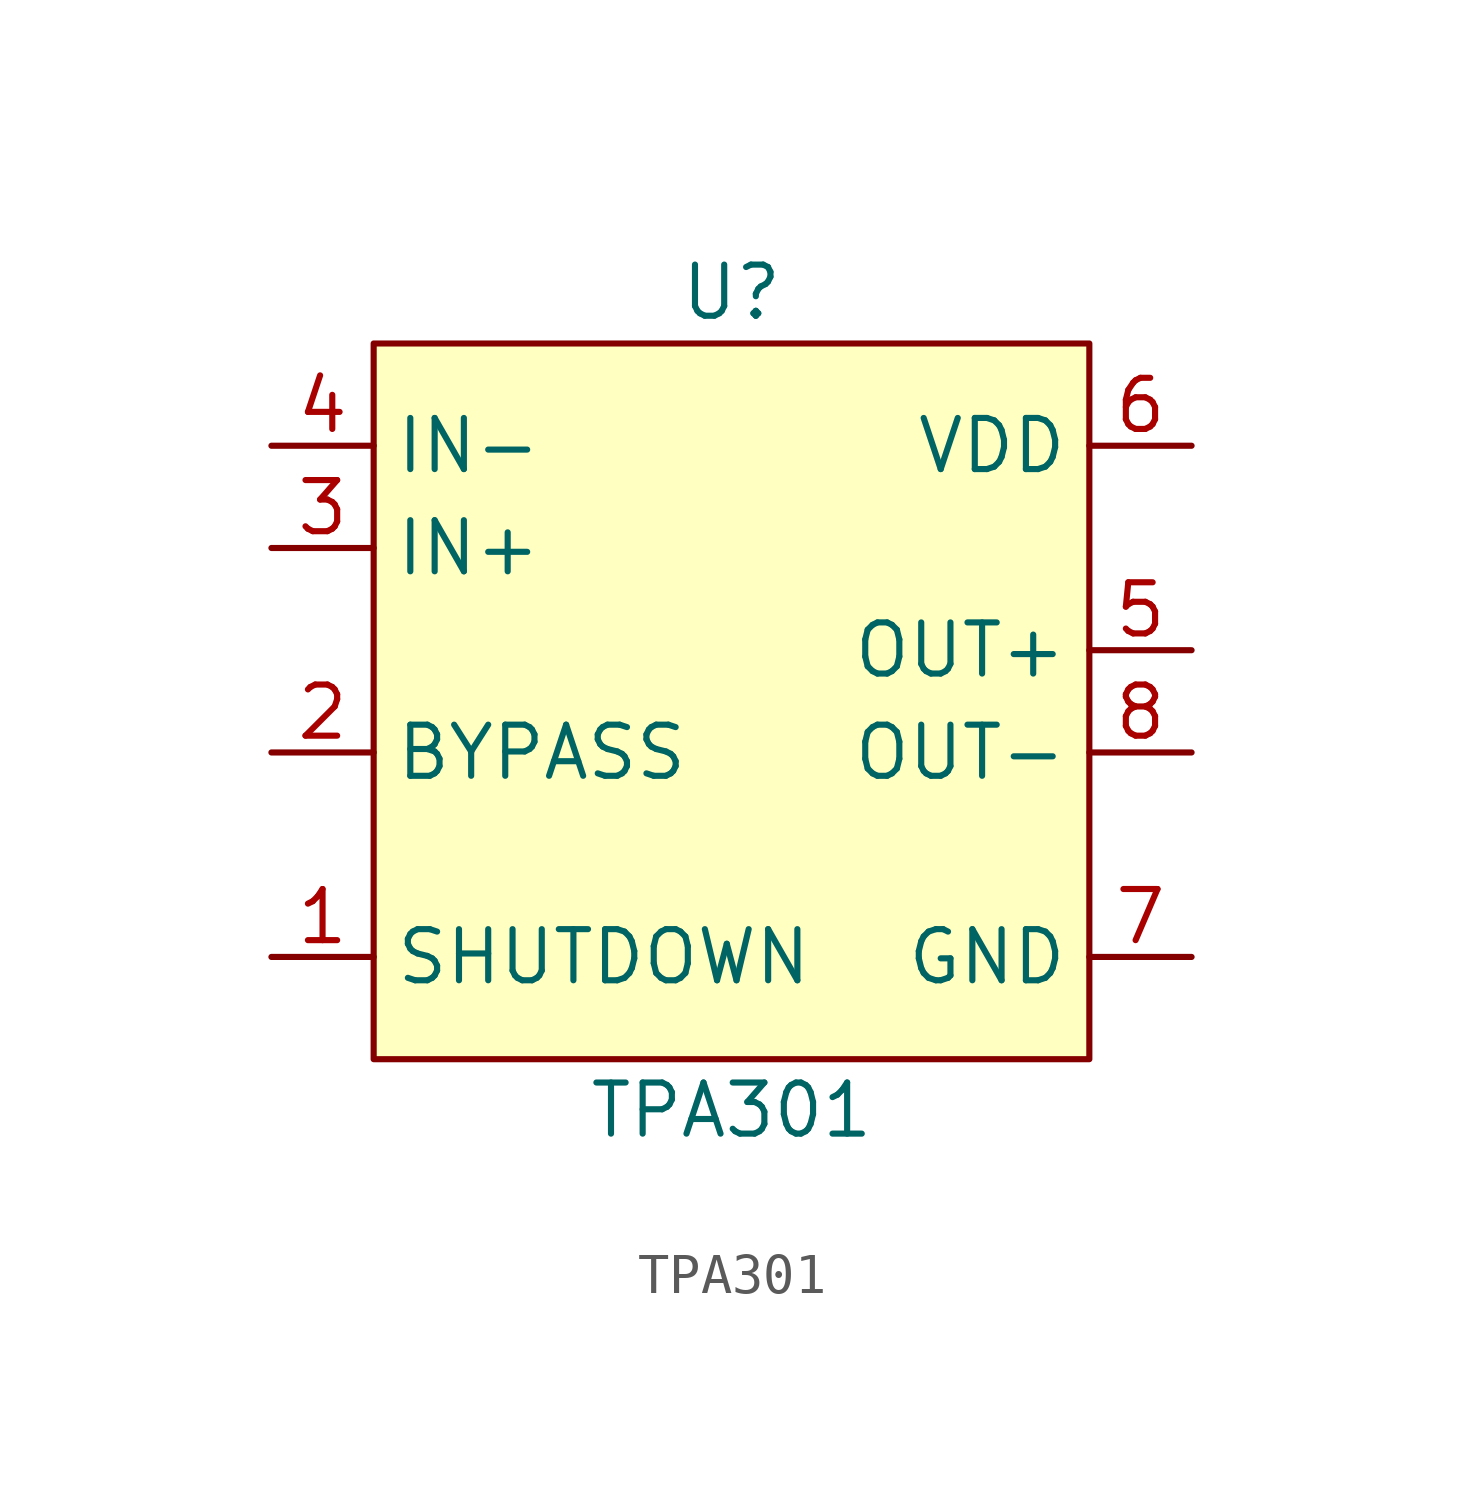
<source format=kicad_sym>
(kicad_symbol_lib
  (version 20220914)
  (generator kicad_symbol_editor)
  (symbol "TPA301"
    (property "Reference" "U"
      (at 0 10.16 0)
      (effects (font (size 1.27 1.27))))
    (property "Value" "TPA301"
      (at 0 -10.16 0)
      (effects (font (size 1.27 1.27))))
    (symbol "TPA301_0_0"
      (pin input line (at -11.43 -6.35 0) (length 2.54) (name "SHUTDOWN" (effects (font (size 1.27 1.27)))) (number "1" (effects (font (size 1.27 1.27)))))
      (pin input line (at -11.43 -1.27 0) (length 2.54) (name "BYPASS" (effects (font (size 1.27 1.27)))) (number "2" (effects (font (size 1.27 1.27)))))
      (pin input line (at -11.43 3.81 0) (length 2.54) (name "IN+" (effects (font (size 1.27 1.27)))) (number "3" (effects (font (size 1.27 1.27)))))
      (pin input line (at -11.43 6.35 0) (length 2.54) (name "IN-" (effects (font (size 1.27 1.27)))) (number "4" (effects (font (size 1.27 1.27)))))
      (pin output line (at 11.43 1.27 180) (length 2.54) (name "OUT+" (effects (font (size 1.27 1.27)))) (number "5" (effects (font (size 1.27 1.27)))))
      (pin power_in line (at 11.43 6.35 180) (length 2.54) (name "VDD" (effects (font (size 1.27 1.27)))) (number "6" (effects (font (size 1.27 1.27)))))
      (pin power_in line (at 11.43 -6.35 180) (length 2.54) (name "GND" (effects (font (size 1.27 1.27)))) (number "7" (effects (font (size 1.27 1.27)))))
      (pin output line (at 11.43 -1.27 180) (length 2.54) (name "OUT-" (effects (font (size 1.27 1.27)))) (number "8" (effects (font (size 1.27 1.27))))))
    (symbol "TPA301_1_1"
      (rectangle (start -8.89 8.89) (end 8.89 -8.89) (stroke (width 0) (type default)) (fill (type background))))))
</source>
